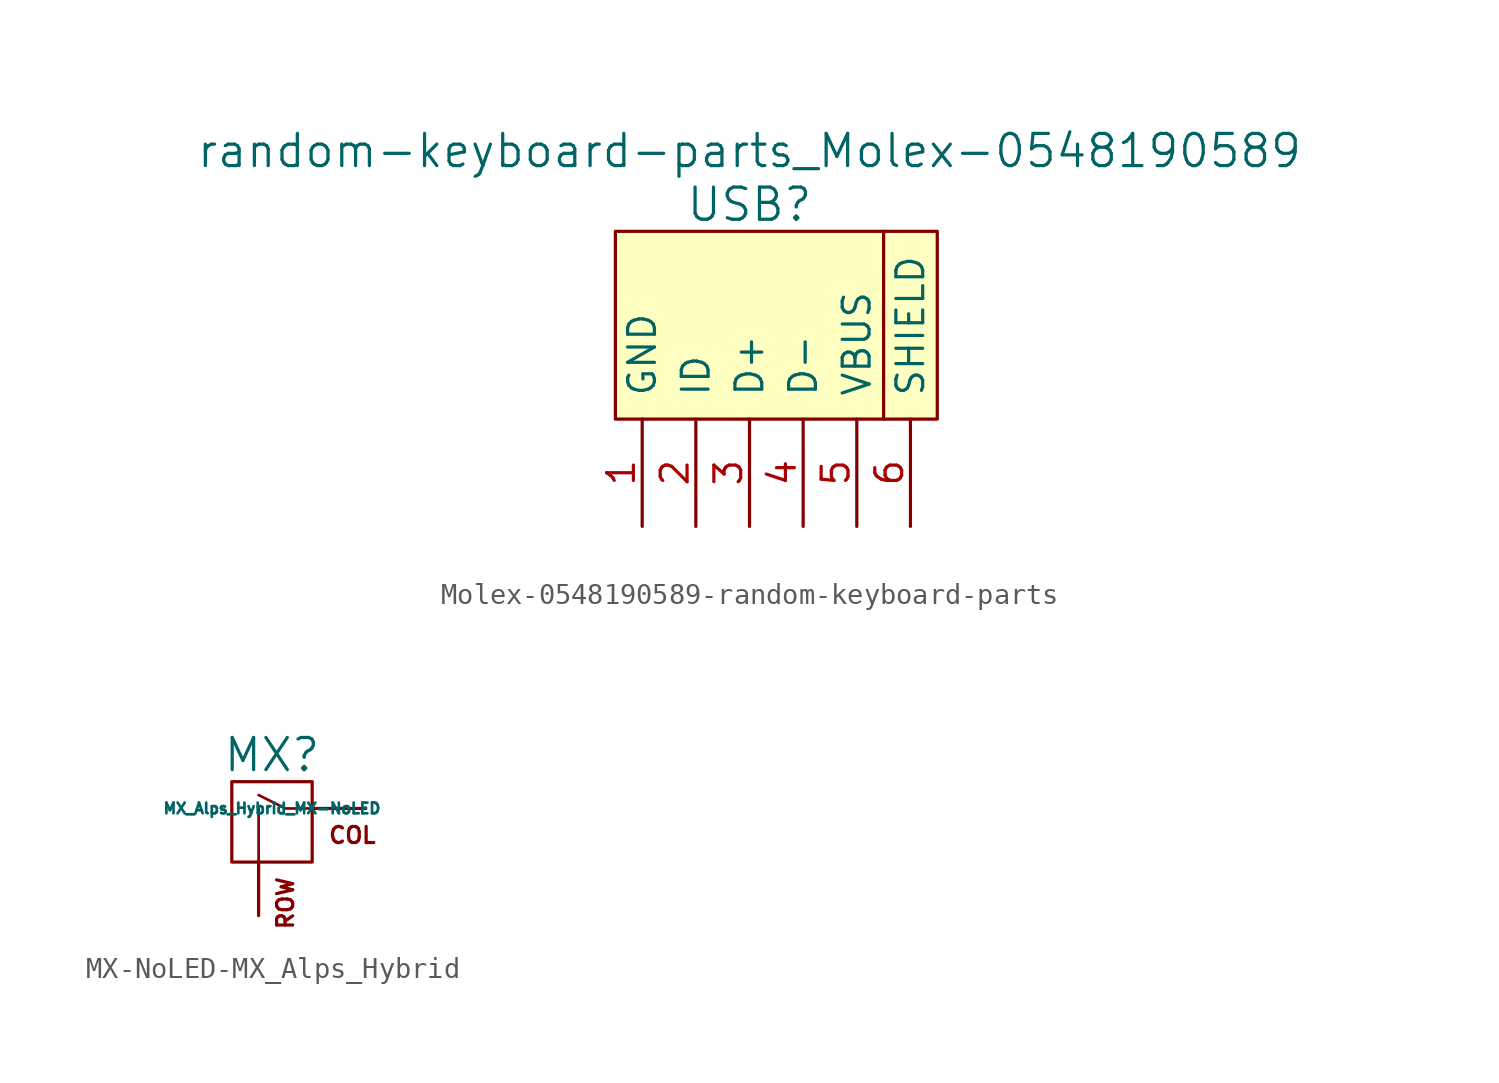
<source format=kicad_sym>
(kicad_symbol_lib
  (version 20220914)
  (generator kicad_symbol_editor)
  (symbol "Molex-0548190589-random-keyboard-parts"
    (pin_names
      (offset 1.016))
    (property "Reference" "USB"
      (at 0 7.62 0)
      (effects (font (size 1.524 1.524))))
    (property "Value" "random-keyboard-parts_Molex-0548190589"
      (at 0 10.16 0)
      (effects (font (size 1.524 1.524))))
    (symbol "Molex-0548190589-random-keyboard-parts_0_0"
      (polyline (pts (xy 6.35 -2.54) (xy 6.35 6.35)) (stroke (width 0) (type solid)) (fill (type none)))
      (rectangle (start 8.89 -2.54) (end -6.35 6.35) (stroke (width 0) (type solid)) (fill (type background))))
    (symbol "Molex-0548190589-random-keyboard-parts_1_1"
      (pin input line (at -5.08 -7.62 90) (length 5.08) (name "GND" (effects (font (size 1.27 1.27)))) (number "1" (effects (font (size 1.27 1.27)))))
      (pin input line (at -2.54 -7.62 90) (length 5.08) (name "ID" (effects (font (size 1.27 1.27)))) (number "2" (effects (font (size 1.27 1.27)))))
      (pin input line (at 0 -7.62 90) (length 5.08) (name "D+" (effects (font (size 1.27 1.27)))) (number "3" (effects (font (size 1.27 1.27)))))
      (pin input line (at 2.54 -7.62 90) (length 5.08) (name "D-" (effects (font (size 1.27 1.27)))) (number "4" (effects (font (size 1.27 1.27)))))
      (pin input line (at 5.08 -7.62 90) (length 5.08) (name "VBUS" (effects (font (size 1.27 1.27)))) (number "5" (effects (font (size 1.27 1.27)))))
      (pin input line (at 7.62 -7.62 90) (length 5.08) (name "SHIELD" (effects (font (size 1.27 1.27)))) (number "6" (effects (font (size 1.27 1.27)))))))
  (symbol "MX-NoLED-MX_Alps_Hybrid"
    (pin_names
      (offset 1.016))
    (property "Reference" "MX"
      (at -0.635 3.81 0)
      (effects (font (size 1.524 1.524))))
    (property "Value" "MX_Alps_Hybrid_MX-NoLED"
      (at -0.635 1.27 0)
      (effects (font (size 0.508 0.508))))
    (symbol "MX-NoLED-MX_Alps_Hybrid_0_0"
      (rectangle (start -2.54 2.54) (end 1.27 -1.27) (stroke (width 0) (type solid)) (fill (type none)))
      (polyline (pts (xy -1.27 -1.27) (xy -1.27 1.27)) (stroke (width 0.127) (type solid)) (fill (type none)))
      (polyline (pts (xy 1.27 1.27) (xy 0 1.27) (xy -1.27 1.905)) (stroke (width 0.127) (type solid)) (fill (type none)))
      (text "COL" (at 3.175 0 0) (effects (font (size 0.762 0.762))))
      (text "ROW" (at 0 -1.905 900) (effects (font (size 0.762 0.762)) (justify right))))
    (symbol "MX-NoLED-MX_Alps_Hybrid_1_1"
      (pin passive line (at 3.81 1.27 180) (length 2.54) (name "COL" (effects (font (size 0 0)))) (number "1" (effects (font (size 0 0)))))
      (pin passive line (at -1.27 -3.81 90) (length 2.54) (name "ROW" (effects (font (size 0 0)))) (number "2" (effects (font (size 0 0))))))))
</source>
